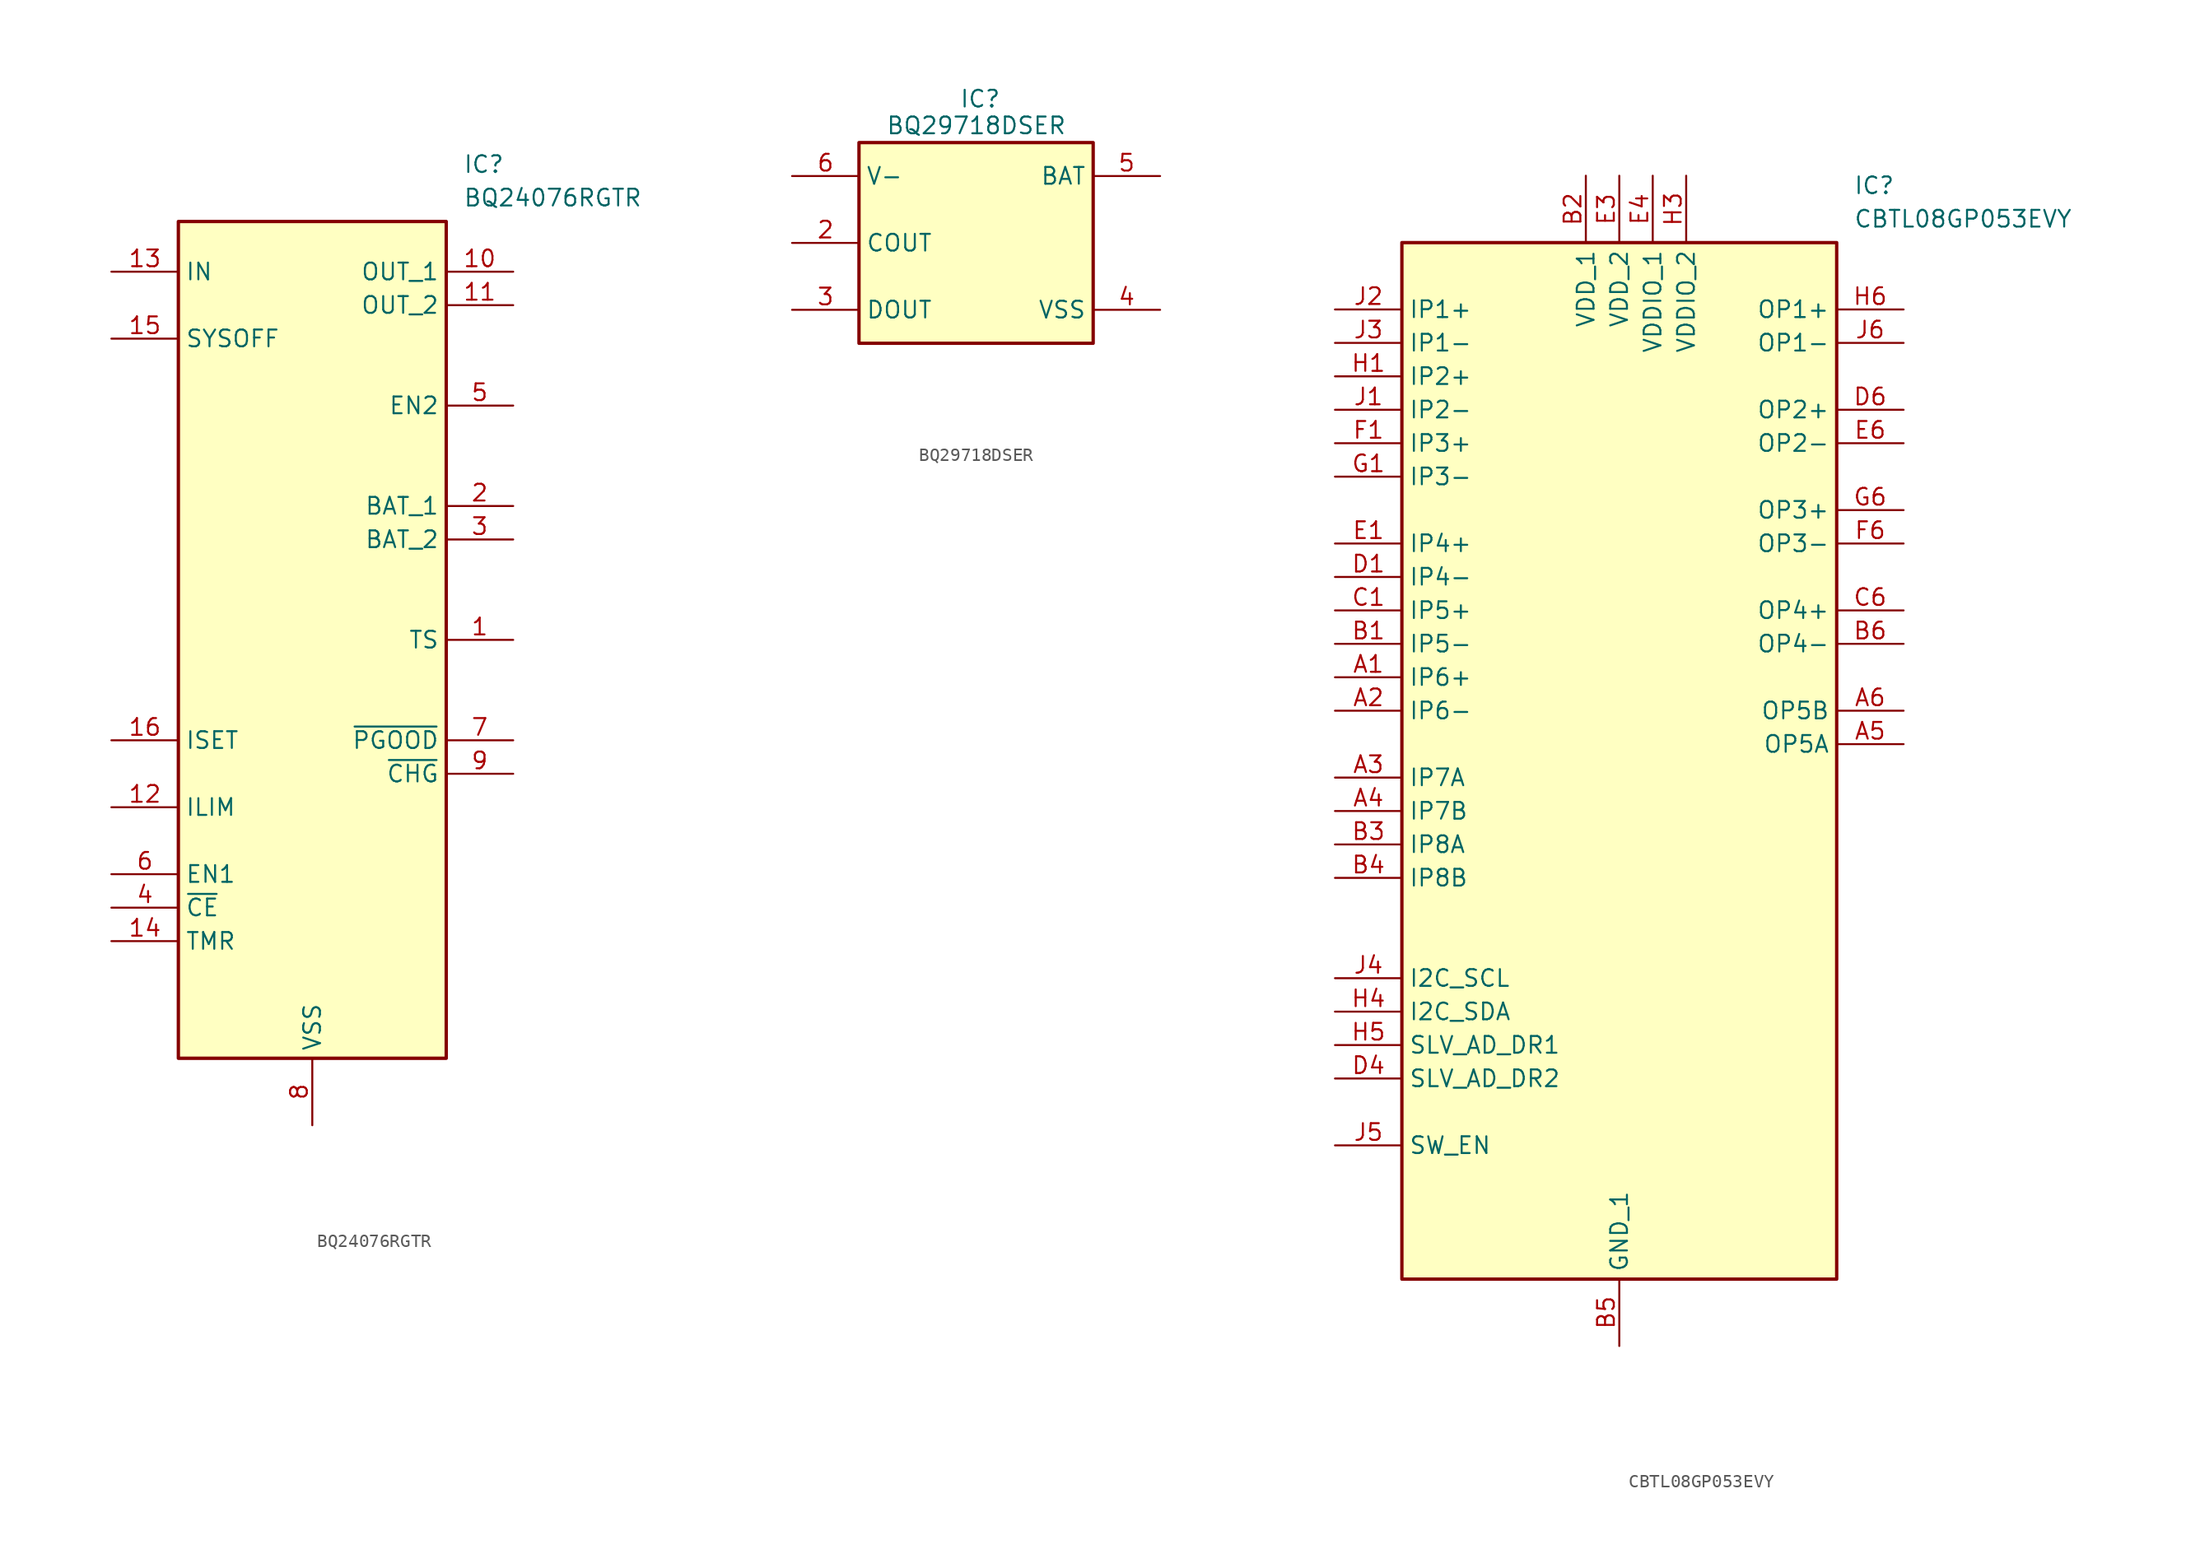
<source format=kicad_sym>
(kicad_symbol_lib
  (version 20241209)
  (generator "kicad_symbol_editor")
  (generator_version "9.0")
  (symbol "BQ24076RGTR"
    (property "Reference" "IC"
      (at 26.67 17.78 0)
      (effects (font (size 1.27 1.27)) (justify left top)))
    (property "Value" "BQ24076RGTR"
      (at 26.67 15.24 0)
      (effects (font (size 1.27 1.27)) (justify left top)))
    (symbol "BQ24076RGTR_1_1"
      (rectangle (start 5.08 12.7) (end 25.4 -50.8) (stroke (width 0.254) (type default)) (fill (type background)))
      (pin passive line (at 0 8.89 0) (length 5.08) (name "IN" (effects (font (size 1.27 1.27)))) (number "13" (effects (font (size 1.27 1.27)))))
      (pin passive line (at 0 3.81 0) (length 5.08) (name "SYSOFF" (effects (font (size 1.27 1.27)))) (number "15" (effects (font (size 1.27 1.27)))))
      (pin passive line (at 0 -26.67 0) (length 5.08) (name "ISET" (effects (font (size 1.27 1.27)))) (number "16" (effects (font (size 1.27 1.27)))))
      (pin passive line (at 0 -31.75 0) (length 5.08) (name "ILIM" (effects (font (size 1.27 1.27)))) (number "12" (effects (font (size 1.27 1.27)))))
      (pin passive line (at 0 -36.83 0) (length 5.08) (name "EN1" (effects (font (size 1.27 1.27)))) (number "6" (effects (font (size 1.27 1.27)))))
      (pin passive line (at 0 -39.37 0) (length 5.08) (name "~{CE}" (effects (font (size 1.27 1.27)))) (number "4" (effects (font (size 1.27 1.27)))))
      (pin passive line (at 0 -41.91 0) (length 5.08) (name "TMR" (effects (font (size 1.27 1.27)))) (number "14" (effects (font (size 1.27 1.27)))))
      (pin passive line (at 15.24 -55.88 90) (length 5.08) (hide yes) (name "EP" (effects (font (size 1.27 1.27)))) (number "17" (effects (font (size 1.27 1.27)))))
      (pin passive line (at 15.24 -55.88 90) (length 5.08) (name "VSS" (effects (font (size 1.27 1.27)))) (number "8" (effects (font (size 1.27 1.27)))))
      (pin passive line (at 30.48 8.89 180) (length 5.08) (name "OUT_1" (effects (font (size 1.27 1.27)))) (number "10" (effects (font (size 1.27 1.27)))))
      (pin passive line (at 30.48 6.35 180) (length 5.08) (name "OUT_2" (effects (font (size 1.27 1.27)))) (number "11" (effects (font (size 1.27 1.27)))))
      (pin passive line (at 30.48 -1.27 180) (length 5.08) (name "EN2" (effects (font (size 1.27 1.27)))) (number "5" (effects (font (size 1.27 1.27)))))
      (pin passive line (at 30.48 -8.89 180) (length 5.08) (name "BAT_1" (effects (font (size 1.27 1.27)))) (number "2" (effects (font (size 1.27 1.27)))))
      (pin passive line (at 30.48 -11.43 180) (length 5.08) (name "BAT_2" (effects (font (size 1.27 1.27)))) (number "3" (effects (font (size 1.27 1.27)))))
      (pin passive line (at 30.48 -19.05 180) (length 5.08) (name "TS" (effects (font (size 1.27 1.27)))) (number "1" (effects (font (size 1.27 1.27)))))
      (pin passive line (at 30.48 -26.67 180) (length 5.08) (name "~{PGOOD}" (effects (font (size 1.27 1.27)))) (number "7" (effects (font (size 1.27 1.27)))))
      (pin passive line (at 30.48 -29.21 180) (length 5.08) (name "~{CHG}" (effects (font (size 1.27 1.27)))) (number "9" (effects (font (size 1.27 1.27)))))))
  (symbol "BQ29718DSER"
    (property "Reference" "IC"
      (at 12.7 11.684 0)
      (effects (font (size 1.27 1.27)) (justify left top)))
    (property "Value" "BQ29718DSER"
      (at 7.112 9.652 0)
      (effects (font (size 1.27 1.27)) (justify left top)))
    (symbol "BQ29718DSER_1_1"
      (rectangle (start 5.08 7.62) (end 22.86 -7.62) (stroke (width 0.254) (type default)) (fill (type background)))
      (pin passive line (at 0 5.08 0) (length 5.08) (name "V-" (effects (font (size 1.27 1.27)))) (number "6" (effects (font (size 1.27 1.27)))))
      (pin passive line (at 0 0 0) (length 5.08) (name "COUT" (effects (font (size 1.27 1.27)))) (number "2" (effects (font (size 1.27 1.27)))))
      (pin passive line (at 0 -5.08 0) (length 5.08) (name "DOUT" (effects (font (size 1.27 1.27)))) (number "3" (effects (font (size 1.27 1.27)))))
      (pin no_connect line (at 16.51 -12.7 90) (length 5.08) (hide yes) (name "NC" (effects (font (size 1.27 1.27)))) (number "1" (effects (font (size 1.27 1.27)))))
      (pin passive line (at 27.94 5.08 180) (length 5.08) (name "BAT" (effects (font (size 1.27 1.27)))) (number "5" (effects (font (size 1.27 1.27)))))
      (pin passive line (at 27.94 -5.08 180) (length 5.08) (name "VSS" (effects (font (size 1.27 1.27)))) (number "4" (effects (font (size 1.27 1.27)))))))
  (symbol "CBTL08GP053EVY"
    (property "Reference" "IC"
      (at 39.37 7.62 0)
      (effects (font (size 1.27 1.27)) (justify left top)))
    (property "Value" "CBTL08GP053EVY"
      (at 39.37 5.08 0)
      (effects (font (size 1.27 1.27)) (justify left top)))
    (symbol "CBTL08GP053EVY_1_1"
      (rectangle (start 5.08 2.54) (end 38.1 -76.2) (stroke (width 0.254) (type default)) (fill (type background)))
      (pin passive line (at 0 -2.54 0) (length 5.08) (name "IP1+" (effects (font (size 1.27 1.27)))) (number "J2" (effects (font (size 1.27 1.27)))))
      (pin passive line (at 0 -5.08 0) (length 5.08) (name "IP1-" (effects (font (size 1.27 1.27)))) (number "J3" (effects (font (size 1.27 1.27)))))
      (pin passive line (at 0 -7.62 0) (length 5.08) (name "IP2+" (effects (font (size 1.27 1.27)))) (number "H1" (effects (font (size 1.27 1.27)))))
      (pin passive line (at 0 -10.16 0) (length 5.08) (name "IP2-" (effects (font (size 1.27 1.27)))) (number "J1" (effects (font (size 1.27 1.27)))))
      (pin passive line (at 0 -12.7 0) (length 5.08) (name "IP3+" (effects (font (size 1.27 1.27)))) (number "F1" (effects (font (size 1.27 1.27)))))
      (pin passive line (at 0 -15.24 0) (length 5.08) (name "IP3-" (effects (font (size 1.27 1.27)))) (number "G1" (effects (font (size 1.27 1.27)))))
      (pin passive line (at 0 -20.32 0) (length 5.08) (name "IP4+" (effects (font (size 1.27 1.27)))) (number "E1" (effects (font (size 1.27 1.27)))))
      (pin passive line (at 0 -22.86 0) (length 5.08) (name "IP4-" (effects (font (size 1.27 1.27)))) (number "D1" (effects (font (size 1.27 1.27)))))
      (pin passive line (at 0 -25.4 0) (length 5.08) (name "IP5+" (effects (font (size 1.27 1.27)))) (number "C1" (effects (font (size 1.27 1.27)))))
      (pin passive line (at 0 -27.94 0) (length 5.08) (name "IP5-" (effects (font (size 1.27 1.27)))) (number "B1" (effects (font (size 1.27 1.27)))))
      (pin passive line (at 0 -30.48 0) (length 5.08) (name "IP6+" (effects (font (size 1.27 1.27)))) (number "A1" (effects (font (size 1.27 1.27)))))
      (pin passive line (at 0 -33.02 0) (length 5.08) (name "IP6-" (effects (font (size 1.27 1.27)))) (number "A2" (effects (font (size 1.27 1.27)))))
      (pin passive line (at 0 -38.1 0) (length 5.08) (name "IP7A" (effects (font (size 1.27 1.27)))) (number "A3" (effects (font (size 1.27 1.27)))))
      (pin passive line (at 0 -40.64 0) (length 5.08) (name "IP7B" (effects (font (size 1.27 1.27)))) (number "A4" (effects (font (size 1.27 1.27)))))
      (pin passive line (at 0 -43.18 0) (length 5.08) (name "IP8A" (effects (font (size 1.27 1.27)))) (number "B3" (effects (font (size 1.27 1.27)))))
      (pin passive line (at 0 -45.72 0) (length 5.08) (name "IP8B" (effects (font (size 1.27 1.27)))) (number "B4" (effects (font (size 1.27 1.27)))))
      (pin passive line (at 0 -53.34 0) (length 5.08) (name "I2C_SCL" (effects (font (size 1.27 1.27)))) (number "J4" (effects (font (size 1.27 1.27)))))
      (pin passive line (at 0 -55.88 0) (length 5.08) (name "I2C_SDA" (effects (font (size 1.27 1.27)))) (number "H4" (effects (font (size 1.27 1.27)))))
      (pin passive line (at 0 -58.42 0) (length 5.08) (name "SLV_AD_DR1" (effects (font (size 1.27 1.27)))) (number "H5" (effects (font (size 1.27 1.27)))))
      (pin passive line (at 0 -60.96 0) (length 5.08) (name "SLV_AD_DR2" (effects (font (size 1.27 1.27)))) (number "D4" (effects (font (size 1.27 1.27)))))
      (pin passive line (at 0 -66.04 0) (length 5.08) (name "SW_EN" (effects (font (size 1.27 1.27)))) (number "J5" (effects (font (size 1.27 1.27)))))
      (pin passive line (at 19.05 7.62 270) (length 5.08) (name "VDD_1" (effects (font (size 1.27 1.27)))) (number "B2" (effects (font (size 1.27 1.27)))))
      (pin passive line (at 21.59 7.62 270) (length 5.08) (name "VDD_2" (effects (font (size 1.27 1.27)))) (number "E3" (effects (font (size 1.27 1.27)))))
      (pin passive line (at 21.59 -81.28 90) (length 5.08) (name "GND_1" (effects (font (size 1.27 1.27)))) (number "B5" (effects (font (size 1.27 1.27)))))
      (pin passive line (at 21.59 -81.28 90) (length 5.08) (hide yes) (name "GND_2" (effects (font (size 1.27 1.27)))) (number "D3" (effects (font (size 1.27 1.27)))))
      (pin passive line (at 21.59 -81.28 90) (length 5.08) (hide yes) (name "GND_3" (effects (font (size 1.27 1.27)))) (number "F3" (effects (font (size 1.27 1.27)))))
      (pin passive line (at 21.59 -81.28 90) (length 5.08) (hide yes) (name "GND_4" (effects (font (size 1.27 1.27)))) (number "F4" (effects (font (size 1.27 1.27)))))
      (pin passive line (at 21.59 -81.28 90) (length 5.08) (hide yes) (name "GND_5" (effects (font (size 1.27 1.27)))) (number "H2" (effects (font (size 1.27 1.27)))))
      (pin passive line (at 24.13 7.62 270) (length 5.08) (name "VDDIO_1" (effects (font (size 1.27 1.27)))) (number "E4" (effects (font (size 1.27 1.27)))))
      (pin passive line (at 26.67 7.62 270) (length 5.08) (name "VDDIO_2" (effects (font (size 1.27 1.27)))) (number "H3" (effects (font (size 1.27 1.27)))))
      (pin passive line (at 43.18 -2.54 180) (length 5.08) (name "OP1+" (effects (font (size 1.27 1.27)))) (number "H6" (effects (font (size 1.27 1.27)))))
      (pin passive line (at 43.18 -5.08 180) (length 5.08) (name "OP1-" (effects (font (size 1.27 1.27)))) (number "J6" (effects (font (size 1.27 1.27)))))
      (pin passive line (at 43.18 -10.16 180) (length 5.08) (name "OP2+" (effects (font (size 1.27 1.27)))) (number "D6" (effects (font (size 1.27 1.27)))))
      (pin passive line (at 43.18 -12.7 180) (length 5.08) (name "OP2-" (effects (font (size 1.27 1.27)))) (number "E6" (effects (font (size 1.27 1.27)))))
      (pin passive line (at 43.18 -17.78 180) (length 5.08) (name "OP3+" (effects (font (size 1.27 1.27)))) (number "G6" (effects (font (size 1.27 1.27)))))
      (pin passive line (at 43.18 -20.32 180) (length 5.08) (name "OP3-" (effects (font (size 1.27 1.27)))) (number "F6" (effects (font (size 1.27 1.27)))))
      (pin passive line (at 43.18 -25.4 180) (length 5.08) (name "OP4+" (effects (font (size 1.27 1.27)))) (number "C6" (effects (font (size 1.27 1.27)))))
      (pin passive line (at 43.18 -27.94 180) (length 5.08) (name "OP4-" (effects (font (size 1.27 1.27)))) (number "B6" (effects (font (size 1.27 1.27)))))
      (pin passive line (at 43.18 -33.02 180) (length 5.08) (name "OP5B" (effects (font (size 1.27 1.27)))) (number "A6" (effects (font (size 1.27 1.27)))))
      (pin passive line (at 43.18 -35.56 180) (length 5.08) (name "OP5A" (effects (font (size 1.27 1.27)))) (number "A5" (effects (font (size 1.27 1.27))))))))
</source>
